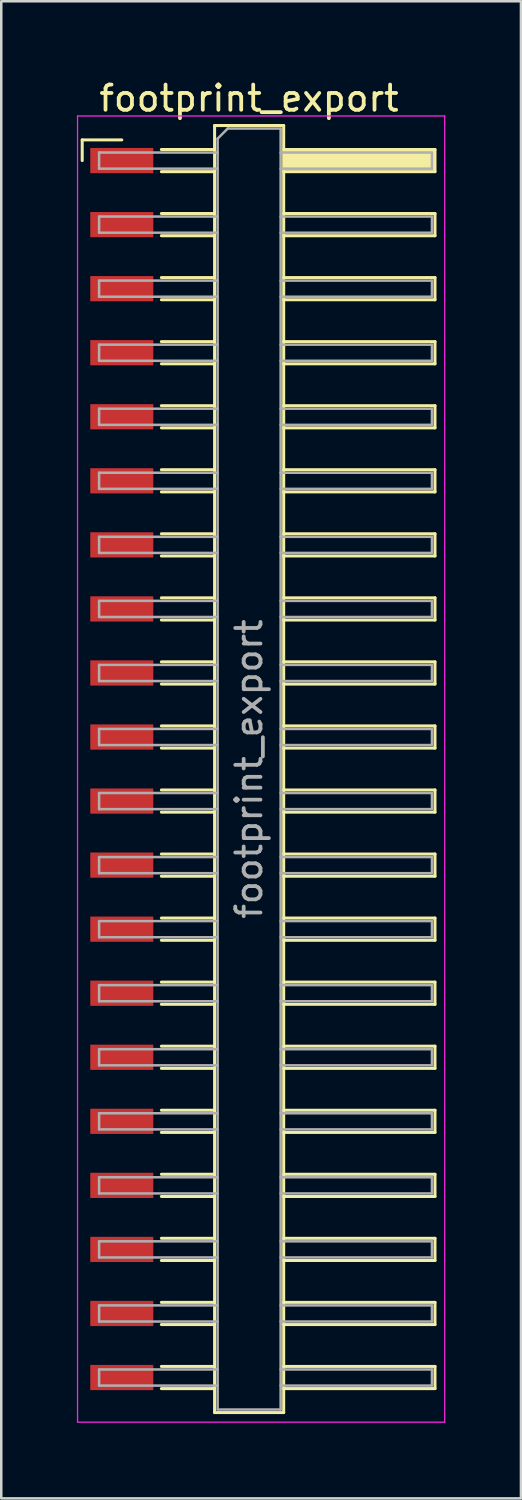
<source format=kicad_pcb>
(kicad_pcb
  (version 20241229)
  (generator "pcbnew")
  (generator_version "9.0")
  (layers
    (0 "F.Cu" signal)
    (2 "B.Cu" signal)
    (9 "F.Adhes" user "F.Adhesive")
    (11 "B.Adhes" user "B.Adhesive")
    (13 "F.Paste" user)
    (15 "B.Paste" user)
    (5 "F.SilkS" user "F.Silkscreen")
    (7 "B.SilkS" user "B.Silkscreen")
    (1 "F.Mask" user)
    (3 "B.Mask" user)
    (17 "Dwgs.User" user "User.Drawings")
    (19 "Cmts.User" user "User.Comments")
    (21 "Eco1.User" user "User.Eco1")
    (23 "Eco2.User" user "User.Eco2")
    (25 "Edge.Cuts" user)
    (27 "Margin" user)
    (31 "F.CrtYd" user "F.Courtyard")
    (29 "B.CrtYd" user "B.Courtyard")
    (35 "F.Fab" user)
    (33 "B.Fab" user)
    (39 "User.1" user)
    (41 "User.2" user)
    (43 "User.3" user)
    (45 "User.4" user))
  (footprint "footprint_export"
    (layer "F.Cu")
    (at 7.305 27.448)
    (property "Reference" "footprint_export" (at -0.48 -26.6 0) (layer "F.SilkS") (effects (font (size 1 1) (thickness 0.15))))
    (attr smd)
    (fp_line (start -7.095 -24.95) (end -5.525 -24.95) (stroke (width 0.12) (type solid)) (layer "F.SilkS"))
    (fp_line (start -7.095 -24.13) (end -7.095 -24.95) (stroke (width 0.12) (type solid)) (layer "F.SilkS"))
    (fp_line (start -3.955 -24.57) (end -1.845 -24.57) (stroke (width 0.12) (type solid)) (layer "F.SilkS"))
    (fp_line (start -3.955 -23.69) (end -1.845 -23.69) (stroke (width 0.12) (type solid)) (layer "F.SilkS"))
    (fp_line (start -3.955 -22.03) (end -1.845 -22.03) (stroke (width 0.12) (type solid)) (layer "F.SilkS"))
    (fp_line (start -3.955 -21.15) (end -1.845 -21.15) (stroke (width 0.12) (type solid)) (layer "F.SilkS"))
    (fp_line (start -3.955 -19.49) (end -1.845 -19.49) (stroke (width 0.12) (type solid)) (layer "F.SilkS"))
    (fp_line (start -3.955 -18.61) (end -1.845 -18.61) (stroke (width 0.12) (type solid)) (layer "F.SilkS"))
    (fp_line (start -3.955 -16.95) (end -1.845 -16.95) (stroke (width 0.12) (type solid)) (layer "F.SilkS"))
    (fp_line (start -3.955 -16.07) (end -1.845 -16.07) (stroke (width 0.12) (type solid)) (layer "F.SilkS"))
    (fp_line (start -3.955 -14.41) (end -1.845 -14.41) (stroke (width 0.12) (type solid)) (layer "F.SilkS"))
    (fp_line (start -3.955 -13.53) (end -1.845 -13.53) (stroke (width 0.12) (type solid)) (layer "F.SilkS"))
    (fp_line (start -3.955 -11.87) (end -1.845 -11.87) (stroke (width 0.12) (type solid)) (layer "F.SilkS"))
    (fp_line (start -3.955 -10.99) (end -1.845 -10.99) (stroke (width 0.12) (type solid)) (layer "F.SilkS"))
    (fp_line (start -3.955 -9.33) (end -1.845 -9.33) (stroke (width 0.12) (type solid)) (layer "F.SilkS"))
    (fp_line (start -3.955 -8.45) (end -1.845 -8.45) (stroke (width 0.12) (type solid)) (layer "F.SilkS"))
    (fp_line (start -3.955 -6.79) (end -1.845 -6.79) (stroke (width 0.12) (type solid)) (layer "F.SilkS"))
    (fp_line (start -3.955 -5.91) (end -1.845 -5.91) (stroke (width 0.12) (type solid)) (layer "F.SilkS"))
    (fp_line (start -3.955 -4.25) (end -1.845 -4.25) (stroke (width 0.12) (type solid)) (layer "F.SilkS"))
    (fp_line (start -3.955 -3.37) (end -1.845 -3.37) (stroke (width 0.12) (type solid)) (layer "F.SilkS"))
    (fp_line (start -3.955 -1.71) (end -1.845 -1.71) (stroke (width 0.12) (type solid)) (layer "F.SilkS"))
    (fp_line (start -3.955 -0.83) (end -1.845 -0.83) (stroke (width 0.12) (type solid)) (layer "F.SilkS"))
    (fp_line (start -3.955 0.83) (end -1.845 0.83) (stroke (width 0.12) (type solid)) (layer "F.SilkS"))
    (fp_line (start -3.955 1.71) (end -1.845 1.71) (stroke (width 0.12) (type solid)) (layer "F.SilkS"))
    (fp_line (start -3.955 3.37) (end -1.845 3.37) (stroke (width 0.12) (type solid)) (layer "F.SilkS"))
    (fp_line (start -3.955 4.25) (end -1.845 4.25) (stroke (width 0.12) (type solid)) (layer "F.SilkS"))
    (fp_line (start -3.955 5.91) (end -1.845 5.91) (stroke (width 0.12) (type solid)) (layer "F.SilkS"))
    (fp_line (start -3.955 6.79) (end -1.845 6.79) (stroke (width 0.12) (type solid)) (layer "F.SilkS"))
    (fp_line (start -3.955 8.45) (end -1.845 8.45) (stroke (width 0.12) (type solid)) (layer "F.SilkS"))
    (fp_line (start -3.955 9.33) (end -1.845 9.33) (stroke (width 0.12) (type solid)) (layer "F.SilkS"))
    (fp_line (start -3.955 10.99) (end -1.845 10.99) (stroke (width 0.12) (type solid)) (layer "F.SilkS"))
    (fp_line (start -3.955 11.87) (end -1.845 11.87) (stroke (width 0.12) (type solid)) (layer "F.SilkS"))
    (fp_line (start -3.955 13.53) (end -1.845 13.53) (stroke (width 0.12) (type solid)) (layer "F.SilkS"))
    (fp_line (start -3.955 14.41) (end -1.845 14.41) (stroke (width 0.12) (type solid)) (layer "F.SilkS"))
    (fp_line (start -3.955 16.07) (end -1.845 16.07) (stroke (width 0.12) (type solid)) (layer "F.SilkS"))
    (fp_line (start -3.955 16.95) (end -1.845 16.95) (stroke (width 0.12) (type solid)) (layer "F.SilkS"))
    (fp_line (start -3.955 18.61) (end -1.845 18.61) (stroke (width 0.12) (type solid)) (layer "F.SilkS"))
    (fp_line (start -3.955 19.49) (end -1.845 19.49) (stroke (width 0.12) (type solid)) (layer "F.SilkS"))
    (fp_line (start -3.955 21.15) (end -1.845 21.15) (stroke (width 0.12) (type solid)) (layer "F.SilkS"))
    (fp_line (start -3.955 22.03) (end -1.845 22.03) (stroke (width 0.12) (type solid)) (layer "F.SilkS"))
    (fp_line (start -3.955 23.69) (end -1.845 23.69) (stroke (width 0.12) (type solid)) (layer "F.SilkS"))
    (fp_line (start -3.955 24.57) (end -1.845 24.57) (stroke (width 0.12) (type solid)) (layer "F.SilkS"))
    (fp_line (start -1.845 -25.52) (end 0.895 -25.52) (stroke (width 0.12) (type solid)) (layer "F.SilkS"))
    (fp_line (start -1.845 25.52) (end -1.845 -25.52) (stroke (width 0.12) (type solid)) (layer "F.SilkS"))
    (fp_line (start 0.895 -25.52) (end 0.895 25.52) (stroke (width 0.12) (type solid)) (layer "F.SilkS"))
    (fp_line (start 0.895 -24.57) (end 6.895 -24.57) (stroke (width 0.12) (type solid)) (layer "F.SilkS"))
    (fp_line (start 0.895 -22.03) (end 6.895 -22.03) (stroke (width 0.12) (type solid)) (layer "F.SilkS"))
    (fp_line (start 0.895 -19.49) (end 6.895 -19.49) (stroke (width 0.12) (type solid)) (layer "F.SilkS"))
    (fp_line (start 0.895 -16.95) (end 6.895 -16.95) (stroke (width 0.12) (type solid)) (layer "F.SilkS"))
    (fp_line (start 0.895 -14.41) (end 6.895 -14.41) (stroke (width 0.12) (type solid)) (layer "F.SilkS"))
    (fp_line (start 0.895 -11.87) (end 6.895 -11.87) (stroke (width 0.12) (type solid)) (layer "F.SilkS"))
    (fp_line (start 0.895 -9.33) (end 6.895 -9.33) (stroke (width 0.12) (type solid)) (layer "F.SilkS"))
    (fp_line (start 0.895 -6.79) (end 6.895 -6.79) (stroke (width 0.12) (type solid)) (layer "F.SilkS"))
    (fp_line (start 0.895 -4.25) (end 6.895 -4.25) (stroke (width 0.12) (type solid)) (layer "F.SilkS"))
    (fp_line (start 0.895 -1.71) (end 6.895 -1.71) (stroke (width 0.12) (type solid)) (layer "F.SilkS"))
    (fp_line (start 0.895 0.83) (end 6.895 0.83) (stroke (width 0.12) (type solid)) (layer "F.SilkS"))
    (fp_line (start 0.895 3.37) (end 6.895 3.37) (stroke (width 0.12) (type solid)) (layer "F.SilkS"))
    (fp_line (start 0.895 5.91) (end 6.895 5.91) (stroke (width 0.12) (type solid)) (layer "F.SilkS"))
    (fp_line (start 0.895 8.45) (end 6.895 8.45) (stroke (width 0.12) (type solid)) (layer "F.SilkS"))
    (fp_line (start 0.895 10.99) (end 6.895 10.99) (stroke (width 0.12) (type solid)) (layer "F.SilkS"))
    (fp_line (start 0.895 13.53) (end 6.895 13.53) (stroke (width 0.12) (type solid)) (layer "F.SilkS"))
    (fp_line (start 0.895 16.07) (end 6.895 16.07) (stroke (width 0.12) (type solid)) (layer "F.SilkS"))
    (fp_line (start 0.895 18.61) (end 6.895 18.61) (stroke (width 0.12) (type solid)) (layer "F.SilkS"))
    (fp_line (start 0.895 21.15) (end 6.895 21.15) (stroke (width 0.12) (type solid)) (layer "F.SilkS"))
    (fp_line (start 0.895 23.69) (end 6.895 23.69) (stroke (width 0.12) (type solid)) (layer "F.SilkS"))
    (fp_line (start 0.895 25.52) (end -1.845 25.52) (stroke (width 0.12) (type solid)) (layer "F.SilkS"))
    (fp_line (start 6.895 -24.57) (end 6.895 -23.69) (stroke (width 0.12) (type solid)) (layer "F.SilkS"))
    (fp_line (start 6.895 -23.69) (end 0.895 -23.69) (stroke (width 0.12) (type solid)) (layer "F.SilkS"))
    (fp_line (start 6.895 -22.03) (end 6.895 -21.15) (stroke (width 0.12) (type solid)) (layer "F.SilkS"))
    (fp_line (start 6.895 -21.15) (end 0.895 -21.15) (stroke (width 0.12) (type solid)) (layer "F.SilkS"))
    (fp_line (start 6.895 -19.49) (end 6.895 -18.61) (stroke (width 0.12) (type solid)) (layer "F.SilkS"))
    (fp_line (start 6.895 -18.61) (end 0.895 -18.61) (stroke (width 0.12) (type solid)) (layer "F.SilkS"))
    (fp_line (start 6.895 -16.95) (end 6.895 -16.07) (stroke (width 0.12) (type solid)) (layer "F.SilkS"))
    (fp_line (start 6.895 -16.07) (end 0.895 -16.07) (stroke (width 0.12) (type solid)) (layer "F.SilkS"))
    (fp_line (start 6.895 -14.41) (end 6.895 -13.53) (stroke (width 0.12) (type solid)) (layer "F.SilkS"))
    (fp_line (start 6.895 -13.53) (end 0.895 -13.53) (stroke (width 0.12) (type solid)) (layer "F.SilkS"))
    (fp_line (start 6.895 -11.87) (end 6.895 -10.99) (stroke (width 0.12) (type solid)) (layer "F.SilkS"))
    (fp_line (start 6.895 -10.99) (end 0.895 -10.99) (stroke (width 0.12) (type solid)) (layer "F.SilkS"))
    (fp_line (start 6.895 -9.33) (end 6.895 -8.45) (stroke (width 0.12) (type solid)) (layer "F.SilkS"))
    (fp_line (start 6.895 -8.45) (end 0.895 -8.45) (stroke (width 0.12) (type solid)) (layer "F.SilkS"))
    (fp_line (start 6.895 -6.79) (end 6.895 -5.91) (stroke (width 0.12) (type solid)) (layer "F.SilkS"))
    (fp_line (start 6.895 -5.91) (end 0.895 -5.91) (stroke (width 0.12) (type solid)) (layer "F.SilkS"))
    (fp_line (start 6.895 -4.25) (end 6.895 -3.37) (stroke (width 0.12) (type solid)) (layer "F.SilkS"))
    (fp_line (start 6.895 -3.37) (end 0.895 -3.37) (stroke (width 0.12) (type solid)) (layer "F.SilkS"))
    (fp_line (start 6.895 -1.71) (end 6.895 -0.83) (stroke (width 0.12) (type solid)) (layer "F.SilkS"))
    (fp_line (start 6.895 -0.83) (end 0.895 -0.83) (stroke (width 0.12) (type solid)) (layer "F.SilkS"))
    (fp_line (start 6.895 0.83) (end 6.895 1.71) (stroke (width 0.12) (type solid)) (layer "F.SilkS"))
    (fp_line (start 6.895 1.71) (end 0.895 1.71) (stroke (width 0.12) (type solid)) (layer "F.SilkS"))
    (fp_line (start 6.895 3.37) (end 6.895 4.25) (stroke (width 0.12) (type solid)) (layer "F.SilkS"))
    (fp_line (start 6.895 4.25) (end 0.895 4.25) (stroke (width 0.12) (type solid)) (layer "F.SilkS"))
    (fp_line (start 6.895 5.91) (end 6.895 6.79) (stroke (width 0.12) (type solid)) (layer "F.SilkS"))
    (fp_line (start 6.895 6.79) (end 0.895 6.79) (stroke (width 0.12) (type solid)) (layer "F.SilkS"))
    (fp_line (start 6.895 8.45) (end 6.895 9.33) (stroke (width 0.12) (type solid)) (layer "F.SilkS"))
    (fp_line (start 6.895 9.33) (end 0.895 9.33) (stroke (width 0.12) (type solid)) (layer "F.SilkS"))
    (fp_line (start 6.895 10.99) (end 6.895 11.87) (stroke (width 0.12) (type solid)) (layer "F.SilkS"))
    (fp_line (start 6.895 11.87) (end 0.895 11.87) (stroke (width 0.12) (type solid)) (layer "F.SilkS"))
    (fp_line (start 6.895 13.53) (end 6.895 14.41) (stroke (width 0.12) (type solid)) (layer "F.SilkS"))
    (fp_line (start 6.895 14.41) (end 0.895 14.41) (stroke (width 0.12) (type solid)) (layer "F.SilkS"))
    (fp_line (start 6.895 16.07) (end 6.895 16.95) (stroke (width 0.12) (type solid)) (layer "F.SilkS"))
    (fp_line (start 6.895 16.95) (end 0.895 16.95) (stroke (width 0.12) (type solid)) (layer "F.SilkS"))
    (fp_line (start 6.895 18.61) (end 6.895 19.49) (stroke (width 0.12) (type solid)) (layer "F.SilkS"))
    (fp_line (start 6.895 19.49) (end 0.895 19.49) (stroke (width 0.12) (type solid)) (layer "F.SilkS"))
    (fp_line (start 6.895 21.15) (end 6.895 22.03) (stroke (width 0.12) (type solid)) (layer "F.SilkS"))
    (fp_line (start 6.895 22.03) (end 0.895 22.03) (stroke (width 0.12) (type solid)) (layer "F.SilkS"))
    (fp_line (start 6.895 23.69) (end 6.895 24.57) (stroke (width 0.12) (type solid)) (layer "F.SilkS"))
    (fp_line (start 6.895 24.57) (end 0.895 24.57) (stroke (width 0.12) (type solid)) (layer "F.SilkS"))
    (fp_line (start -7.28 -25.9) (end 7.28 -25.9) (stroke (width 0.05) (type solid)) (layer "F.CrtYd"))
    (fp_line (start -7.28 25.9) (end -7.28 -25.9) (stroke (width 0.05) (type solid)) (layer "F.CrtYd"))
    (fp_line (start 7.28 -25.9) (end 7.28 25.9) (stroke (width 0.05) (type solid)) (layer "F.CrtYd"))
    (fp_line (start 7.28 25.9) (end -7.28 25.9) (stroke (width 0.05) (type solid)) (layer "F.CrtYd"))
    (fp_line (start -6.425 -24.45) (end -6.425 -23.81) (stroke (width 0.1) (type solid)) (layer "F.Fab"))
    (fp_line (start -6.425 -23.81) (end -1.725 -23.81) (stroke (width 0.1) (type solid)) (layer "F.Fab"))
    (fp_line (start -6.425 -21.91) (end -6.425 -21.27) (stroke (width 0.1) (type solid)) (layer "F.Fab"))
    (fp_line (start -6.425 -21.27) (end -1.725 -21.27) (stroke (width 0.1) (type solid)) (layer "F.Fab"))
    (fp_line (start -6.425 -19.37) (end -6.425 -18.73) (stroke (width 0.1) (type solid)) (layer "F.Fab"))
    (fp_line (start -6.425 -18.73) (end -1.725 -18.73) (stroke (width 0.1) (type solid)) (layer "F.Fab"))
    (fp_line (start -6.425 -16.83) (end -6.425 -16.19) (stroke (width 0.1) (type solid)) (layer "F.Fab"))
    (fp_line (start -6.425 -16.19) (end -1.725 -16.19) (stroke (width 0.1) (type solid)) (layer "F.Fab"))
    (fp_line (start -6.425 -14.29) (end -6.425 -13.65) (stroke (width 0.1) (type solid)) (layer "F.Fab"))
    (fp_line (start -6.425 -13.65) (end -1.725 -13.65) (stroke (width 0.1) (type solid)) (layer "F.Fab"))
    (fp_line (start -6.425 -11.75) (end -6.425 -11.11) (stroke (width 0.1) (type solid)) (layer "F.Fab"))
    (fp_line (start -6.425 -11.11) (end -1.725 -11.11) (stroke (width 0.1) (type solid)) (layer "F.Fab"))
    (fp_line (start -6.425 -9.21) (end -6.425 -8.57) (stroke (width 0.1) (type solid)) (layer "F.Fab"))
    (fp_line (start -6.425 -8.57) (end -1.725 -8.57) (stroke (width 0.1) (type solid)) (layer "F.Fab"))
    (fp_line (start -6.425 -6.67) (end -6.425 -6.03) (stroke (width 0.1) (type solid)) (layer "F.Fab"))
    (fp_line (start -6.425 -6.03) (end -1.725 -6.03) (stroke (width 0.1) (type solid)) (layer "F.Fab"))
    (fp_line (start -6.425 -4.13) (end -6.425 -3.49) (stroke (width 0.1) (type solid)) (layer "F.Fab"))
    (fp_line (start -6.425 -3.49) (end -1.725 -3.49) (stroke (width 0.1) (type solid)) (layer "F.Fab"))
    (fp_line (start -6.425 -1.59) (end -6.425 -0.95) (stroke (width 0.1) (type solid)) (layer "F.Fab"))
    (fp_line (start -6.425 -0.95) (end -1.725 -0.95) (stroke (width 0.1) (type solid)) (layer "F.Fab"))
    (fp_line (start -6.425 0.95) (end -6.425 1.59) (stroke (width 0.1) (type solid)) (layer "F.Fab"))
    (fp_line (start -6.425 1.59) (end -1.725 1.59) (stroke (width 0.1) (type solid)) (layer "F.Fab"))
    (fp_line (start -6.425 3.49) (end -6.425 4.13) (stroke (width 0.1) (type solid)) (layer "F.Fab"))
    (fp_line (start -6.425 4.13) (end -1.725 4.13) (stroke (width 0.1) (type solid)) (layer "F.Fab"))
    (fp_line (start -6.425 6.03) (end -6.425 6.67) (stroke (width 0.1) (type solid)) (layer "F.Fab"))
    (fp_line (start -6.425 6.67) (end -1.725 6.67) (stroke (width 0.1) (type solid)) (layer "F.Fab"))
    (fp_line (start -6.425 8.57) (end -6.425 9.21) (stroke (width 0.1) (type solid)) (layer "F.Fab"))
    (fp_line (start -6.425 9.21) (end -1.725 9.21) (stroke (width 0.1) (type solid)) (layer "F.Fab"))
    (fp_line (start -6.425 11.11) (end -6.425 11.75) (stroke (width 0.1) (type solid)) (layer "F.Fab"))
    (fp_line (start -6.425 11.75) (end -1.725 11.75) (stroke (width 0.1) (type solid)) (layer "F.Fab"))
    (fp_line (start -6.425 13.65) (end -6.425 14.29) (stroke (width 0.1) (type solid)) (layer "F.Fab"))
    (fp_line (start -6.425 14.29) (end -1.725 14.29) (stroke (width 0.1) (type solid)) (layer "F.Fab"))
    (fp_line (start -6.425 16.19) (end -6.425 16.83) (stroke (width 0.1) (type solid)) (layer "F.Fab"))
    (fp_line (start -6.425 16.83) (end -1.725 16.83) (stroke (width 0.1) (type solid)) (layer "F.Fab"))
    (fp_line (start -6.425 18.73) (end -6.425 19.37) (stroke (width 0.1) (type solid)) (layer "F.Fab"))
    (fp_line (start -6.425 19.37) (end -1.725 19.37) (stroke (width 0.1) (type solid)) (layer "F.Fab"))
    (fp_line (start -6.425 21.27) (end -6.425 21.91) (stroke (width 0.1) (type solid)) (layer "F.Fab"))
    (fp_line (start -6.425 21.91) (end -1.725 21.91) (stroke (width 0.1) (type solid)) (layer "F.Fab"))
    (fp_line (start -6.425 23.81) (end -6.425 24.45) (stroke (width 0.1) (type solid)) (layer "F.Fab"))
    (fp_line (start -6.425 24.45) (end -1.725 24.45) (stroke (width 0.1) (type solid)) (layer "F.Fab"))
    (fp_line (start -1.725 -25) (end -1.325 -25.4) (stroke (width 0.1) (type solid)) (layer "F.Fab"))
    (fp_line (start -1.725 -24.45) (end -6.425 -24.45) (stroke (width 0.1) (type solid)) (layer "F.Fab"))
    (fp_line (start -1.725 -21.91) (end -6.425 -21.91) (stroke (width 0.1) (type solid)) (layer "F.Fab"))
    (fp_line (start -1.725 -19.37) (end -6.425 -19.37) (stroke (width 0.1) (type solid)) (layer "F.Fab"))
    (fp_line (start -1.725 -16.83) (end -6.425 -16.83) (stroke (width 0.1) (type solid)) (layer "F.Fab"))
    (fp_line (start -1.725 -14.29) (end -6.425 -14.29) (stroke (width 0.1) (type solid)) (layer "F.Fab"))
    (fp_line (start -1.725 -11.75) (end -6.425 -11.75) (stroke (width 0.1) (type solid)) (layer "F.Fab"))
    (fp_line (start -1.725 -9.21) (end -6.425 -9.21) (stroke (width 0.1) (type solid)) (layer "F.Fab"))
    (fp_line (start -1.725 -6.67) (end -6.425 -6.67) (stroke (width 0.1) (type solid)) (layer "F.Fab"))
    (fp_line (start -1.725 -4.13) (end -6.425 -4.13) (stroke (width 0.1) (type solid)) (layer "F.Fab"))
    (fp_line (start -1.725 -1.59) (end -6.425 -1.59) (stroke (width 0.1) (type solid)) (layer "F.Fab"))
    (fp_line (start -1.725 0.95) (end -6.425 0.95) (stroke (width 0.1) (type solid)) (layer "F.Fab"))
    (fp_line (start -1.725 3.49) (end -6.425 3.49) (stroke (width 0.1) (type solid)) (layer "F.Fab"))
    (fp_line (start -1.725 6.03) (end -6.425 6.03) (stroke (width 0.1) (type solid)) (layer "F.Fab"))
    (fp_line (start -1.725 8.57) (end -6.425 8.57) (stroke (width 0.1) (type solid)) (layer "F.Fab"))
    (fp_line (start -1.725 11.11) (end -6.425 11.11) (stroke (width 0.1) (type solid)) (layer "F.Fab"))
    (fp_line (start -1.725 13.65) (end -6.425 13.65) (stroke (width 0.1) (type solid)) (layer "F.Fab"))
    (fp_line (start -1.725 16.19) (end -6.425 16.19) (stroke (width 0.1) (type solid)) (layer "F.Fab"))
    (fp_line (start -1.725 18.73) (end -6.425 18.73) (stroke (width 0.1) (type solid)) (layer "F.Fab"))
    (fp_line (start -1.725 21.27) (end -6.425 21.27) (stroke (width 0.1) (type solid)) (layer "F.Fab"))
    (fp_line (start -1.725 23.81) (end -6.425 23.81) (stroke (width 0.1) (type solid)) (layer "F.Fab"))
    (fp_line (start -1.725 25.4) (end -1.725 -25) (stroke (width 0.1) (type solid)) (layer "F.Fab"))
    (fp_line (start -1.325 -25.4) (end 0.775 -25.4) (stroke (width 0.1) (type solid)) (layer "F.Fab"))
    (fp_line (start 0.775 -25.4) (end 0.775 25.4) (stroke (width 0.1) (type solid)) (layer "F.Fab"))
    (fp_line (start 0.775 -24.45) (end 6.775 -24.45) (stroke (width 0.1) (type solid)) (layer "F.Fab"))
    (fp_line (start 0.775 -21.91) (end 6.775 -21.91) (stroke (width 0.1) (type solid)) (layer "F.Fab"))
    (fp_line (start 0.775 -19.37) (end 6.775 -19.37) (stroke (width 0.1) (type solid)) (layer "F.Fab"))
    (fp_line (start 0.775 -16.83) (end 6.775 -16.83) (stroke (width 0.1) (type solid)) (layer "F.Fab"))
    (fp_line (start 0.775 -14.29) (end 6.775 -14.29) (stroke (width 0.1) (type solid)) (layer "F.Fab"))
    (fp_line (start 0.775 -11.75) (end 6.775 -11.75) (stroke (width 0.1) (type solid)) (layer "F.Fab"))
    (fp_line (start 0.775 -9.21) (end 6.775 -9.21) (stroke (width 0.1) (type solid)) (layer "F.Fab"))
    (fp_line (start 0.775 -6.67) (end 6.775 -6.67) (stroke (width 0.1) (type solid)) (layer "F.Fab"))
    (fp_line (start 0.775 -4.13) (end 6.775 -4.13) (stroke (width 0.1) (type solid)) (layer "F.Fab"))
    (fp_line (start 0.775 -1.59) (end 6.775 -1.59) (stroke (width 0.1) (type solid)) (layer "F.Fab"))
    (fp_line (start 0.775 0.95) (end 6.775 0.95) (stroke (width 0.1) (type solid)) (layer "F.Fab"))
    (fp_line (start 0.775 3.49) (end 6.775 3.49) (stroke (width 0.1) (type solid)) (layer "F.Fab"))
    (fp_line (start 0.775 6.03) (end 6.775 6.03) (stroke (width 0.1) (type solid)) (layer "F.Fab"))
    (fp_line (start 0.775 8.57) (end 6.775 8.57) (stroke (width 0.1) (type solid)) (layer "F.Fab"))
    (fp_line (start 0.775 11.11) (end 6.775 11.11) (stroke (width 0.1) (type solid)) (layer "F.Fab"))
    (fp_line (start 0.775 13.65) (end 6.775 13.65) (stroke (width 0.1) (type solid)) (layer "F.Fab"))
    (fp_line (start 0.775 16.19) (end 6.775 16.19) (stroke (width 0.1) (type solid)) (layer "F.Fab"))
    (fp_line (start 0.775 18.73) (end 6.775 18.73) (stroke (width 0.1) (type solid)) (layer "F.Fab"))
    (fp_line (start 0.775 21.27) (end 6.775 21.27) (stroke (width 0.1) (type solid)) (layer "F.Fab"))
    (fp_line (start 0.775 23.81) (end 6.775 23.81) (stroke (width 0.1) (type solid)) (layer "F.Fab"))
    (fp_line (start 0.775 25.4) (end -1.725 25.4) (stroke (width 0.1) (type solid)) (layer "F.Fab"))
    (fp_line (start 6.775 -24.45) (end 6.775 -23.81) (stroke (width 0.1) (type solid)) (layer "F.Fab"))
    (fp_line (start 6.775 -23.81) (end 0.775 -23.81) (stroke (width 0.1) (type solid)) (layer "F.Fab"))
    (fp_line (start 6.775 -21.91) (end 6.775 -21.27) (stroke (width 0.1) (type solid)) (layer "F.Fab"))
    (fp_line (start 6.775 -21.27) (end 0.775 -21.27) (stroke (width 0.1) (type solid)) (layer "F.Fab"))
    (fp_line (start 6.775 -19.37) (end 6.775 -18.73) (stroke (width 0.1) (type solid)) (layer "F.Fab"))
    (fp_line (start 6.775 -18.73) (end 0.775 -18.73) (stroke (width 0.1) (type solid)) (layer "F.Fab"))
    (fp_line (start 6.775 -16.83) (end 6.775 -16.19) (stroke (width 0.1) (type solid)) (layer "F.Fab"))
    (fp_line (start 6.775 -16.19) (end 0.775 -16.19) (stroke (width 0.1) (type solid)) (layer "F.Fab"))
    (fp_line (start 6.775 -14.29) (end 6.775 -13.65) (stroke (width 0.1) (type solid)) (layer "F.Fab"))
    (fp_line (start 6.775 -13.65) (end 0.775 -13.65) (stroke (width 0.1) (type solid)) (layer "F.Fab"))
    (fp_line (start 6.775 -11.75) (end 6.775 -11.11) (stroke (width 0.1) (type solid)) (layer "F.Fab"))
    (fp_line (start 6.775 -11.11) (end 0.775 -11.11) (stroke (width 0.1) (type solid)) (layer "F.Fab"))
    (fp_line (start 6.775 -9.21) (end 6.775 -8.57) (stroke (width 0.1) (type solid)) (layer "F.Fab"))
    (fp_line (start 6.775 -8.57) (end 0.775 -8.57) (stroke (width 0.1) (type solid)) (layer "F.Fab"))
    (fp_line (start 6.775 -6.67) (end 6.775 -6.03) (stroke (width 0.1) (type solid)) (layer "F.Fab"))
    (fp_line (start 6.775 -6.03) (end 0.775 -6.03) (stroke (width 0.1) (type solid)) (layer "F.Fab"))
    (fp_line (start 6.775 -4.13) (end 6.775 -3.49) (stroke (width 0.1) (type solid)) (layer "F.Fab"))
    (fp_line (start 6.775 -3.49) (end 0.775 -3.49) (stroke (width 0.1) (type solid)) (layer "F.Fab"))
    (fp_line (start 6.775 -1.59) (end 6.775 -0.95) (stroke (width 0.1) (type solid)) (layer "F.Fab"))
    (fp_line (start 6.775 -0.95) (end 0.775 -0.95) (stroke (width 0.1) (type solid)) (layer "F.Fab"))
    (fp_line (start 6.775 0.95) (end 6.775 1.59) (stroke (width 0.1) (type solid)) (layer "F.Fab"))
    (fp_line (start 6.775 1.59) (end 0.775 1.59) (stroke (width 0.1) (type solid)) (layer "F.Fab"))
    (fp_line (start 6.775 3.49) (end 6.775 4.13) (stroke (width 0.1) (type solid)) (layer "F.Fab"))
    (fp_line (start 6.775 4.13) (end 0.775 4.13) (stroke (width 0.1) (type solid)) (layer "F.Fab"))
    (fp_line (start 6.775 6.03) (end 6.775 6.67) (stroke (width 0.1) (type solid)) (layer "F.Fab"))
    (fp_line (start 6.775 6.67) (end 0.775 6.67) (stroke (width 0.1) (type solid)) (layer "F.Fab"))
    (fp_line (start 6.775 8.57) (end 6.775 9.21) (stroke (width 0.1) (type solid)) (layer "F.Fab"))
    (fp_line (start 6.775 9.21) (end 0.775 9.21) (stroke (width 0.1) (type solid)) (layer "F.Fab"))
    (fp_line (start 6.775 11.11) (end 6.775 11.75) (stroke (width 0.1) (type solid)) (layer "F.Fab"))
    (fp_line (start 6.775 11.75) (end 0.775 11.75) (stroke (width 0.1) (type solid)) (layer "F.Fab"))
    (fp_line (start 6.775 13.65) (end 6.775 14.29) (stroke (width 0.1) (type solid)) (layer "F.Fab"))
    (fp_line (start 6.775 14.29) (end 0.775 14.29) (stroke (width 0.1) (type solid)) (layer "F.Fab"))
    (fp_line (start 6.775 16.19) (end 6.775 16.83) (stroke (width 0.1) (type solid)) (layer "F.Fab"))
    (fp_line (start 6.775 16.83) (end 0.775 16.83) (stroke (width 0.1) (type solid)) (layer "F.Fab"))
    (fp_line (start 6.775 18.73) (end 6.775 19.37) (stroke (width 0.1) (type solid)) (layer "F.Fab"))
    (fp_line (start 6.775 19.37) (end 0.775 19.37) (stroke (width 0.1) (type solid)) (layer "F.Fab"))
    (fp_line (start 6.775 21.27) (end 6.775 21.91) (stroke (width 0.1) (type solid)) (layer "F.Fab"))
    (fp_line (start 6.775 21.91) (end 0.775 21.91) (stroke (width 0.1) (type solid)) (layer "F.Fab"))
    (fp_line (start 6.775 23.81) (end 6.775 24.45) (stroke (width 0.1) (type solid)) (layer "F.Fab"))
    (fp_line (start 6.775 24.45) (end 0.775 24.45) (stroke (width 0.1) (type solid)) (layer "F.Fab"))
    (fp_text user "${REFERENCE}" (at -0.48 0 90) (layer "F.Fab") (effects (font (size 1 1) (thickness 0.15))))
    (pad "" smd rect (at 3.895 -24.13) (size 6 0.76) (layers "F.SilkS"))
    (pad "1" smd rect (at -5.525 -24.13) (size 2.5 1) (layers "F.Cu" "F.Mask" "F.Paste"))
    (pad "2" smd rect (at -5.525 -21.59) (size 2.5 1) (layers "F.Cu" "F.Mask" "F.Paste"))
    (pad "3" smd rect (at -5.525 -19.05) (size 2.5 1) (layers "F.Cu" "F.Mask" "F.Paste"))
    (pad "4" smd rect (at -5.525 -16.51) (size 2.5 1) (layers "F.Cu" "F.Mask" "F.Paste"))
    (pad "5" smd rect (at -5.525 -13.97) (size 2.5 1) (layers "F.Cu" "F.Mask" "F.Paste"))
    (pad "6" smd rect (at -5.525 -11.43) (size 2.5 1) (layers "F.Cu" "F.Mask" "F.Paste"))
    (pad "7" smd rect (at -5.525 -8.89) (size 2.5 1) (layers "F.Cu" "F.Mask" "F.Paste"))
    (pad "8" smd rect (at -5.525 -6.35) (size 2.5 1) (layers "F.Cu" "F.Mask" "F.Paste"))
    (pad "9" smd rect (at -5.525 -3.81) (size 2.5 1) (layers "F.Cu" "F.Mask" "F.Paste"))
    (pad "10" smd rect (at -5.525 -1.27) (size 2.5 1) (layers "F.Cu" "F.Mask" "F.Paste"))
    (pad "11" smd rect (at -5.525 1.27) (size 2.5 1) (layers "F.Cu" "F.Mask" "F.Paste"))
    (pad "12" smd rect (at -5.525 3.81) (size 2.5 1) (layers "F.Cu" "F.Mask" "F.Paste"))
    (pad "13" smd rect (at -5.525 6.35) (size 2.5 1) (layers "F.Cu" "F.Mask" "F.Paste"))
    (pad "14" smd rect (at -5.525 8.89) (size 2.5 1) (layers "F.Cu" "F.Mask" "F.Paste"))
    (pad "15" smd rect (at -5.525 11.43) (size 2.5 1) (layers "F.Cu" "F.Mask" "F.Paste"))
    (pad "16" smd rect (at -5.525 13.97) (size 2.5 1) (layers "F.Cu" "F.Mask" "F.Paste"))
    (pad "17" smd rect (at -5.525 16.51) (size 2.5 1) (layers "F.Cu" "F.Mask" "F.Paste"))
    (pad "18" smd rect (at -5.525 19.05) (size 2.5 1) (layers "F.Cu" "F.Mask" "F.Paste"))
    (pad "19" smd rect (at -5.525 21.59) (size 2.5 1) (layers "F.Cu" "F.Mask" "F.Paste"))
    (pad "20" smd rect (at -5.525 24.13) (size 2.5 1) (layers "F.Cu" "F.Mask" "F.Paste")))
  (gr_rect
    (start -3 -3)
    (end 17.61 56.373)
    (stroke (width 0.1) (type default))
    (fill no)
    (layer "Edge.Cuts")))
</source>
